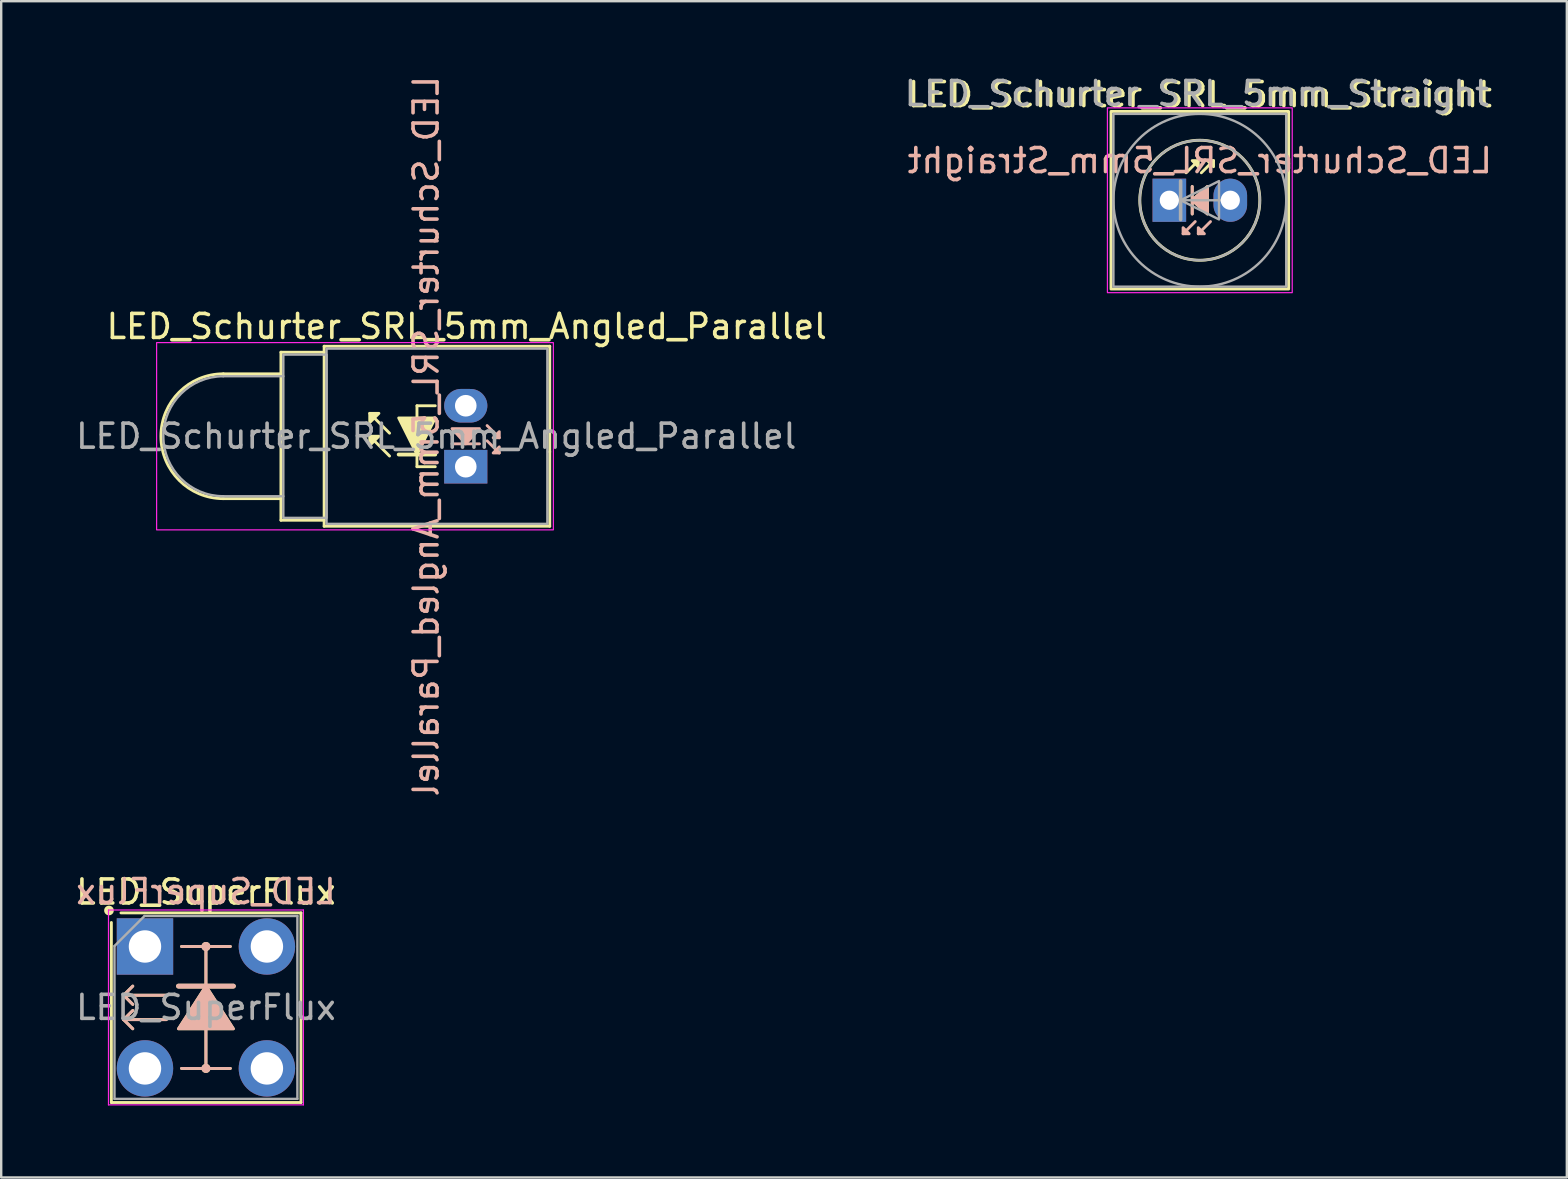
<source format=kicad_pcb>
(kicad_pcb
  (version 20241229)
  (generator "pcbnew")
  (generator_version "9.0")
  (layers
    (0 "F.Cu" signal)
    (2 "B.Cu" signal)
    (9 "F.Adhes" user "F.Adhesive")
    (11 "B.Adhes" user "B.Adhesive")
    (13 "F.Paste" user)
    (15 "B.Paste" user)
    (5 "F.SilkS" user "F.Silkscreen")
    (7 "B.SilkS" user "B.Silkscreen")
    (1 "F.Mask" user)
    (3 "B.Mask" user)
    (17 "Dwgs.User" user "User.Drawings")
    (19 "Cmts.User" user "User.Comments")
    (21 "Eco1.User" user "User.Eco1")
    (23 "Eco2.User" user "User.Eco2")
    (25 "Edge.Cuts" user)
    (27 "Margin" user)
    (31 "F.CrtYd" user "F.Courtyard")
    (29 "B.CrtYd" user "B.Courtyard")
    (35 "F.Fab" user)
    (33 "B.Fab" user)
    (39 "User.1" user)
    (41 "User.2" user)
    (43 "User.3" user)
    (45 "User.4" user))
  (footprint "LED_SuperFlux"
    (layer "F.Cu")
    (at 2.99 36.384)
    (property "Reference" "LED_SuperFlux" (at 2.54 -2.27 0) (layer "F.SilkS") (effects (font (size 1 1) (thickness 0.15))))
    (attr through_hole)
    (fp_line (start -1.4 6.5) (end -1.4 -1) (stroke (width 0.12) (type solid)) (layer "F.SilkS"))
    (fp_line (start -1 -1.4) (end 6.5 -1.4) (stroke (width 0.12) (type solid)) (layer "F.SilkS"))
    (fp_line (start -0.889 2.032) (end -0.508 2.413) (stroke (width 0.12) (type solid)) (layer "F.SilkS"))
    (fp_line (start -0.889 3.048) (end -0.508 3.429) (stroke (width 0.12) (type solid)) (layer "F.SilkS"))
    (fp_line (start -0.508 1.651) (end -0.889 2.032) (stroke (width 0.12) (type solid)) (layer "F.SilkS"))
    (fp_line (start -0.508 2.667) (end -0.889 3.048) (stroke (width 0.12) (type solid)) (layer "F.SilkS"))
    (fp_line (start 0.889 2.032) (end -0.889 2.032) (stroke (width 0.12) (type solid)) (layer "F.SilkS"))
    (fp_line (start 0.889 3.048) (end -0.889 3.048) (stroke (width 0.12) (type solid)) (layer "F.SilkS"))
    (fp_line (start 1.524 0) (end 3.556 0) (stroke (width 0.12) (type solid)) (layer "F.SilkS"))
    (fp_line (start 1.524 5.08) (end 3.556 5.08) (stroke (width 0.12) (type solid)) (layer "F.SilkS"))
    (fp_line (start 2.54 1.651) (end 1.397 1.651) (stroke (width 0.2) (type solid)) (layer "F.SilkS"))
    (fp_line (start 2.54 1.651) (end 3.683 1.651) (stroke (width 0.2) (type solid)) (layer "F.SilkS"))
    (fp_line (start 2.54 5.08) (end 2.54 0) (stroke (width 0.12) (type solid)) (layer "F.SilkS"))
    (fp_line (start 6.5 -1.4) (end 6.5 6.5) (stroke (width 0.12) (type solid)) (layer "F.SilkS"))
    (fp_line (start 6.5 6.5) (end -1.4 6.5) (stroke (width 0.12) (type solid)) (layer "F.SilkS"))
    (fp_circle (center -1.5 -1.5) (end -1.359 -1.5) (stroke (width 0.12) (type solid)) (fill yes) (layer "F.SilkS"))
    (fp_circle (center 2.54 0) (end 2.667 0) (stroke (width 0.12) (type solid)) (fill yes) (layer "F.SilkS"))
    (fp_circle (center 2.54 5.08) (end 2.667 5.08) (stroke (width 0.12) (type solid)) (fill yes) (layer "F.SilkS"))
    (fp_poly (pts (xy 3.683 3.429) (xy 1.397 3.429) (xy 2.54 1.651)) (stroke (width 0.12) (type solid)) (fill yes) (layer "F.SilkS"))
    (fp_line (start -0.889 2.032) (end -0.508 2.413) (stroke (width 0.12) (type solid)) (layer "B.SilkS"))
    (fp_line (start -0.889 3.048) (end -0.508 3.429) (stroke (width 0.12) (type solid)) (layer "B.SilkS"))
    (fp_line (start -0.508 1.651) (end -0.889 2.032) (stroke (width 0.12) (type solid)) (layer "B.SilkS"))
    (fp_line (start -0.508 2.667) (end -0.889 3.048) (stroke (width 0.12) (type solid)) (layer "B.SilkS"))
    (fp_line (start 0.889 2.032) (end -0.889 2.032) (stroke (width 0.12) (type solid)) (layer "B.SilkS"))
    (fp_line (start 0.889 3.048) (end -0.889 3.048) (stroke (width 0.12) (type solid)) (layer "B.SilkS"))
    (fp_line (start 1.524 0) (end 3.556 0) (stroke (width 0.12) (type solid)) (layer "B.SilkS"))
    (fp_line (start 1.524 5.08) (end 3.556 5.08) (stroke (width 0.12) (type solid)) (layer "B.SilkS"))
    (fp_line (start 2.54 1.651) (end 1.397 1.651) (stroke (width 0.2) (type solid)) (layer "B.SilkS"))
    (fp_line (start 2.54 1.651) (end 3.683 1.651) (stroke (width 0.2) (type solid)) (layer "B.SilkS"))
    (fp_line (start 2.54 5.08) (end 2.54 0) (stroke (width 0.12) (type solid)) (layer "B.SilkS"))
    (fp_circle (center 2.54 0) (end 2.667 0) (stroke (width 0.12) (type solid)) (fill yes) (layer "B.SilkS"))
    (fp_circle (center 2.54 5.08) (end 2.667 5.08) (stroke (width 0.12) (type solid)) (fill yes) (layer "B.SilkS"))
    (fp_poly (pts (xy 3.683 3.429) (xy 1.397 3.429) (xy 2.54 1.651)) (stroke (width 0.12) (type solid)) (fill yes) (layer "B.SilkS"))
    (fp_line (start -1.52 -1.52) (end -1.52 6.6) (stroke (width 0.05) (type solid)) (layer "F.CrtYd"))
    (fp_line (start -1.52 6.6) (end 6.6 6.6) (stroke (width 0.05) (type solid)) (layer "F.CrtYd"))
    (fp_line (start 6.6 -1.52) (end -1.52 -1.52) (stroke (width 0.05) (type solid)) (layer "F.CrtYd"))
    (fp_line (start 6.6 6.6) (end 6.6 -1.52) (stroke (width 0.05) (type solid)) (layer "F.CrtYd"))
    (fp_line (start -1.27 -0.02) (end -0.02 -1.27) (stroke (width 0.1) (type solid)) (layer "F.Fab"))
    (fp_line (start -1.27 6.35) (end -1.27 -0.02) (stroke (width 0.1) (type solid)) (layer "F.Fab"))
    (fp_line (start -0.02 -1.27) (end 6.35 -1.27) (stroke (width 0.1) (type solid)) (layer "F.Fab"))
    (fp_line (start 6.35 -1.27) (end 6.35 6.35) (stroke (width 0.1) (type solid)) (layer "F.Fab"))
    (fp_line (start 6.35 6.35) (end -1.27 6.35) (stroke (width 0.1) (type solid)) (layer "F.Fab"))
    (fp_text user "${REFERENCE}" (at 2.54 -2.286 0) (layer "B.SilkS") (effects (font (size 1 1) (thickness 0.15)) (justify mirror)))
    (fp_text user "${REFERENCE}" (at 2.54 2.54 0) (layer "F.Fab") (effects (font (size 1 1) (thickness 0.15))))
    (pad "1" thru_hole rect (at 0 0) (size 2.35 2.35) (drill 1.35) (layers "*.Cu" "*.Mask"))
    (pad "1" thru_hole circle (at 5.08 0) (size 2.35 2.35) (drill 1.35) (layers "*.Cu" "*.Mask"))
    (pad "2" thru_hole circle (at 0 5.08) (size 2.35 2.35) (drill 1.35) (layers "*.Cu" "*.Mask"))
    (pad "2" thru_hole circle (at 5.08 5.08) (size 2.35 2.35) (drill 1.35) (layers "*.Cu" "*.Mask")))
  (footprint "LED_Schurter_SRL_5mm_Straight"
    (layer "F.Cu")
    (at 45.669 5.293)
    (property "Reference" "LED_Schurter_SRL_5mm_Straight" (at 1.27 -4.4 0) (layer "F.SilkS") (effects (font (size 1 1) (thickness 0.15))))
    (fp_line (start 0.699 -1.143) (end 1.206 -1.651) (stroke (width 0.12) (type solid)) (layer "F.SilkS"))
    (fp_line (start 0.953 -0.572) (end 0.953 0.572) (stroke (width 0.12) (type solid)) (layer "F.SilkS"))
    (fp_line (start 1.333 -1.143) (end 1.841 -1.651) (stroke (width 0.12) (type solid)) (layer "F.SilkS"))
    (fp_rect (start -2.43 -3.7) (end 4.97 3.7) (stroke (width 0.12) (type default)) (fill no) (layer "F.SilkS"))
    (fp_circle (center 1.27 0) (end 3.77 0) (stroke (width 0.12) (type default)) (fill no) (layer "F.SilkS"))
    (fp_poly (pts (xy 1.206 -1.397) (xy 0.953 -1.651) (xy 1.206 -1.651)) (stroke (width 0.12) (type solid)) (fill yes) (layer "F.SilkS"))
    (fp_poly (pts (xy 1.587 0.572) (xy 0.953 0) (xy 1.587 -0.572)) (stroke (width 0.12) (type solid)) (fill yes) (layer "F.SilkS"))
    (fp_poly (pts (xy 1.841 -1.397) (xy 1.587 -1.651) (xy 1.841 -1.651)) (stroke (width 0.12) (type solid)) (fill yes) (layer "F.SilkS"))
    (fp_line (start 0.953 -0.572) (end 0.953 0.572) (stroke (width 0.12) (type solid)) (layer "B.SilkS"))
    (fp_line (start 1.079 0.889) (end 0.572 1.397) (stroke (width 0.12) (type solid)) (layer "B.SilkS"))
    (fp_line (start 1.714 0.889) (end 1.206 1.397) (stroke (width 0.12) (type solid)) (layer "B.SilkS"))
    (fp_poly (pts (xy 0.572 1.143) (xy 0.826 1.397) (xy 0.572 1.397)) (stroke (width 0.12) (type solid)) (fill yes) (layer "B.SilkS"))
    (fp_poly (pts (xy 1.206 1.143) (xy 1.46 1.397) (xy 1.206 1.397)) (stroke (width 0.12) (type solid)) (fill yes) (layer "B.SilkS"))
    (fp_poly (pts (xy 1.587 0.572) (xy 0.953 0) (xy 1.587 -0.572)) (stroke (width 0.12) (type solid)) (fill yes) (layer "B.SilkS"))
    (fp_rect (start -2.58 -3.85) (end 5.12 3.85) (stroke (width 0.05) (type default)) (fill no) (layer "F.CrtYd"))
    (fp_line (start 0.47 0) (end 0.47 -0.8) (stroke (width 0.15) (type default)) (layer "F.Fab"))
    (fp_line (start 0.47 0) (end 0.47 0.8) (stroke (width 0.15) (type default)) (layer "F.Fab"))
    (fp_line (start 2.47 0) (end 0.07 0) (stroke (width 0.1) (type default)) (layer "F.Fab"))
    (fp_rect (start -2.33 -3.6) (end 4.87 3.6) (stroke (width 0.1) (type default)) (fill no) (layer "F.Fab"))
    (fp_circle (center 1.27 0) (end 3.77 0) (stroke (width 0.1) (type default)) (fill no) (layer "F.Fab"))
    (fp_circle (center 1.27 0) (end 4.87 0) (stroke (width 0.1) (type default)) (fill no) (layer "F.Fab"))
    (fp_poly (pts (xy 0.47 0) (xy 2.07 -0.8) (xy 2.07 0.8)) (stroke (width 0.1) (type solid)) (fill no) (layer "F.Fab"))
    (fp_text user "${REFERENCE}" (at 1.27 -1.651 0) (layer "B.SilkS") (effects (font (size 1 1) (thickness 0.15)) (justify mirror)))
    (fp_text user "${REFERENCE}" (at 1.143 -4.445 0) (layer "F.Fab") (effects (font (size 1 1) (thickness 0.15))))
    (pad "1" thru_hole rect (at 0 0) (size 1.4 1.8) (drill 0.8) (layers "*.Cu" "*.Mask"))
    (pad "2" thru_hole oval (at 2.54 0) (size 1.4 1.8) (drill 0.8) (layers "*.Cu" "*.Mask")))
  (footprint "LED_Schurter_SRL_5mm_Angled_Parallel"
    (layer "F.Cu")
    (at 16.355 16.395)
    (property "Reference" "LED_Schurter_SRL_5mm_Angled_Parallel" (at 0.04 -5.842 0) (layer "F.SilkS") (effects (font (size 1 1) (thickness 0.15))))
    (fp_line (start -10.1 -3.87) (end -7.7 -3.87) (stroke (width 0.12) (type default)) (layer "F.SilkS"))
    (fp_line (start -10.1 1.33) (end -7.7 1.33) (stroke (width 0.12) (type default)) (layer "F.SilkS"))
    (fp_line (start -7.7 -4.77) (end -5.9 -4.77) (stroke (width 0.12) (type default)) (layer "F.SilkS"))
    (fp_line (start -7.7 2.23) (end -7.7 -4.77) (stroke (width 0.12) (type default)) (layer "F.SilkS"))
    (fp_line (start -5.9 -5.02) (end -5.9 2.48) (stroke (width 0.12) (type default)) (layer "F.SilkS"))
    (fp_line (start -5.9 -5.02) (end 3.5 -5.02) (stroke (width 0.12) (type default)) (layer "F.SilkS"))
    (fp_line (start -5.9 2.23) (end -7.7 2.23) (stroke (width 0.12) (type default)) (layer "F.SilkS"))
    (fp_line (start -5.9 2.48) (end 3.5 2.48) (stroke (width 0.12) (type default)) (layer "F.SilkS"))
    (fp_line (start -3.175 -1.397) (end -4 -2.223) (stroke (width 0.12) (type solid)) (layer "F.SilkS"))
    (fp_line (start -3.175 -0.445) (end -4 -1.27) (stroke (width 0.12) (type solid)) (layer "F.SilkS"))
    (fp_line (start -2.032 -2.54) (end -2.032 0) (stroke (width 0.12) (type default)) (layer "F.SilkS"))
    (fp_line (start -2.032 -2.54) (end -1.27 -2.54) (stroke (width 0.12) (type default)) (layer "F.SilkS"))
    (fp_line (start -2.032 0) (end -1.27 0) (stroke (width 0.12) (type default)) (layer "F.SilkS"))
    (fp_line (start -1.27 -0.508) (end -2.794 -0.508) (stroke (width 0.16) (type default)) (layer "F.SilkS"))
    (fp_line (start 3.5 -5.02) (end 3.5 -0.62) (stroke (width 0.12) (type default)) (layer "F.SilkS"))
    (fp_line (start 3.5 2.48) (end 3.5 -0.62) (stroke (width 0.12) (type default)) (layer "F.SilkS"))
    (fp_arc (start -10.1 1.33) (mid -12.7 -1.27) (end -10.1 -3.87) (stroke (width 0.12) (type default)) (layer "F.SilkS"))
    (fp_poly (pts (xy -3.619 -2.223) (xy -4 -1.841) (xy -4 -2.223)) (stroke (width 0.12) (type solid)) (fill yes) (layer "F.SilkS"))
    (fp_poly (pts (xy -3.619 -1.27) (xy -4 -0.889) (xy -4 -1.27)) (stroke (width 0.12) (type solid)) (fill yes) (layer "F.SilkS"))
    (fp_poly (pts (xy -2.032 -0.508) (xy -1.27 -2.032) (xy -2.794 -2.032)) (stroke (width 0.12) (type solid)) (fill yes) (layer "F.SilkS"))
    (fp_line (start -0.572 -0.953) (end 0.572 -0.953) (stroke (width 0.12) (type solid)) (layer "B.SilkS"))
    (fp_line (start 0.889 -1.714) (end 1.397 -1.206) (stroke (width 0.12) (type solid)) (layer "B.SilkS"))
    (fp_line (start 0.889 -1.079) (end 1.397 -0.572) (stroke (width 0.12) (type solid)) (layer "B.SilkS"))
    (fp_poly (pts (xy 0.572 -1.587) (xy 0 -0.953) (xy -0.572 -1.587)) (stroke (width 0.12) (type solid)) (fill yes) (layer "B.SilkS"))
    (fp_poly (pts (xy 1.143 -1.206) (xy 1.397 -1.46) (xy 1.397 -1.206)) (stroke (width 0.12) (type solid)) (fill yes) (layer "B.SilkS"))
    (fp_poly (pts (xy 1.143 -0.572) (xy 1.397 -0.826) (xy 1.397 -0.572)) (stroke (width 0.12) (type solid)) (fill yes) (layer "B.SilkS"))
    (fp_rect (start -12.88 -5.17) (end 3.65 2.63) (stroke (width 0.05) (type default)) (fill no) (layer "F.CrtYd"))
    (fp_line (start -10.1 -3.77) (end -7.6 -3.77) (stroke (width 0.1) (type default)) (layer "F.Fab"))
    (fp_line (start -10.1 1.23) (end -7.6 1.23) (stroke (width 0.1) (type default)) (layer "F.Fab"))
    (fp_rect (start -7.6 -4.67) (end -5.8 2.13) (stroke (width 0.1) (type default)) (fill no) (layer "F.Fab"))
    (fp_rect (start -5.8 -4.92) (end 3.4 2.38) (stroke (width 0.1) (type default)) (fill no) (layer "F.Fab"))
    (fp_arc (start -10.1 1.23) (mid -12.6 -1.27) (end -10.1 -3.77) (stroke (width 0.1) (type default)) (layer "F.Fab"))
    (fp_text user "${REFERENCE}" (at -1.651 -1.27 90) (layer "B.SilkS") (effects (font (size 1 1) (thickness 0.15)) (justify mirror)))
    (fp_text user "${REFERENCE}" (at -1.23 -1.27 0) (layer "F.Fab") (effects (font (size 1 1) (thickness 0.15))))
    (pad "1" thru_hole rect (at 0 0) (size 1.8 1.4) (drill 0.9) (layers "*.Cu" "*.Mask"))
    (pad "2" thru_hole oval (at 0 -2.54) (size 1.8 1.4) (drill 0.9) (layers "*.Cu" "*.Mask")))
  (gr_rect
    (start -3 -3)
    (end 62.23 46.009)
    (stroke (width 0.1) (type default))
    (fill no)
    (layer "Edge.Cuts")))
</source>
